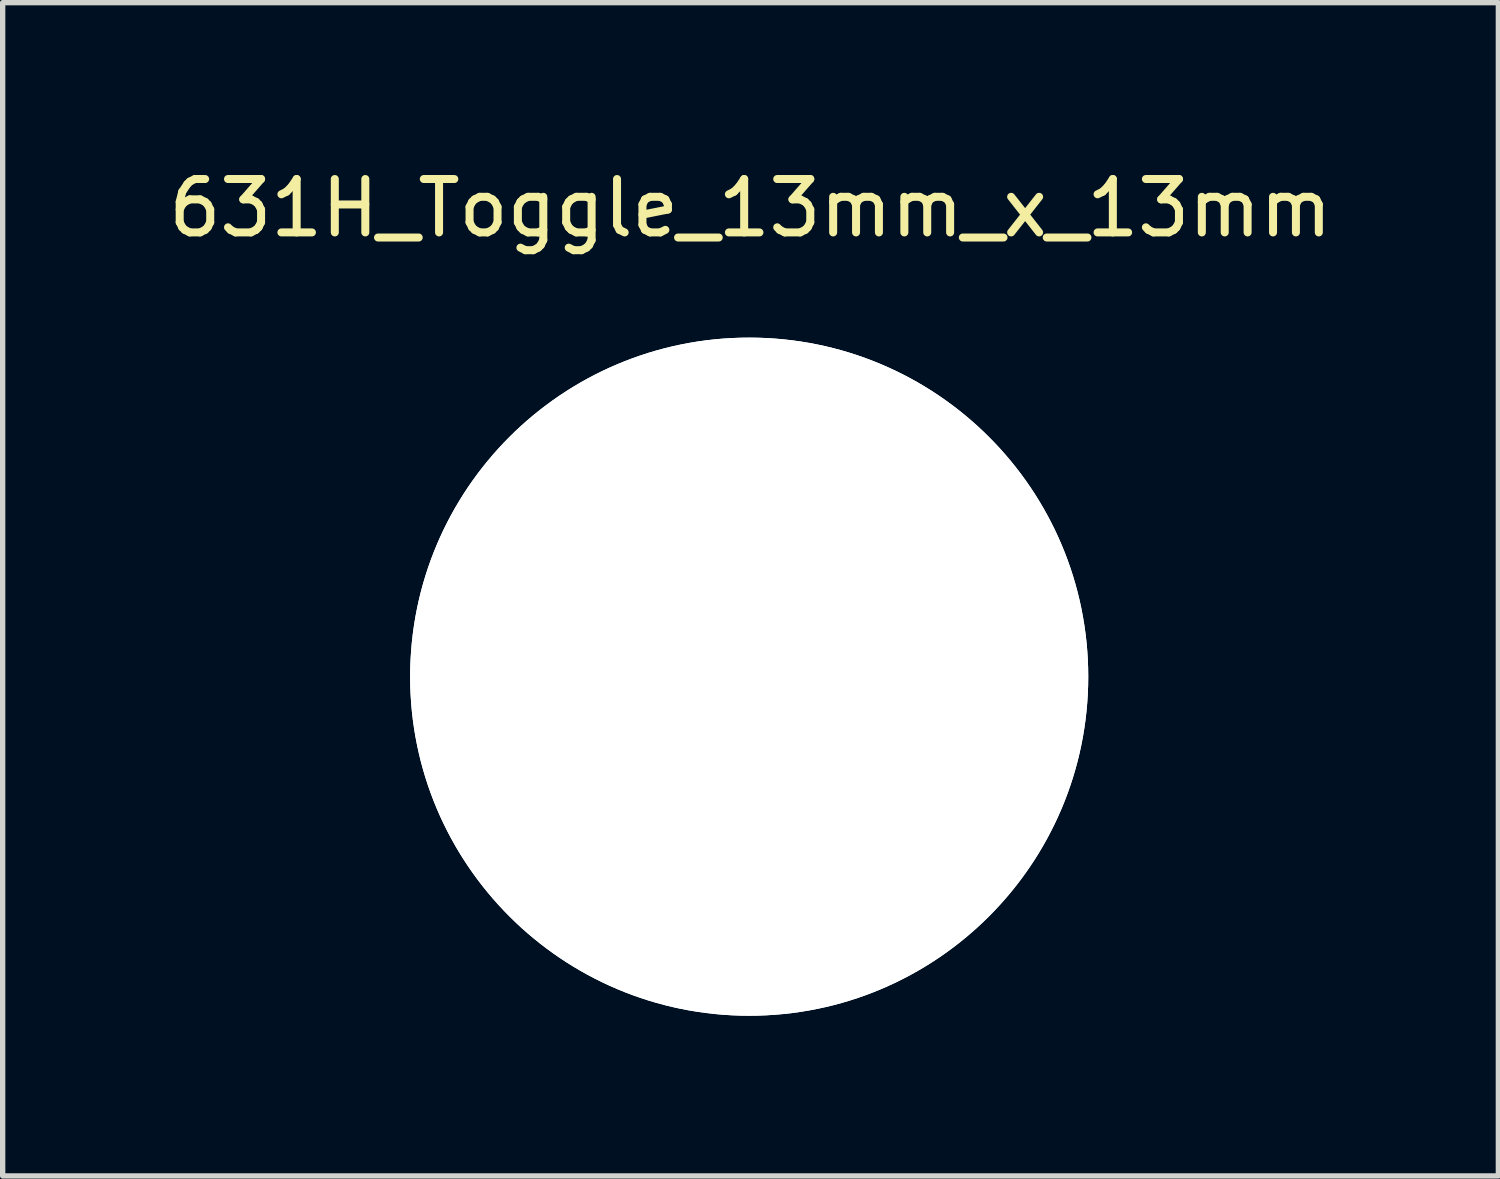
<source format=kicad_pcb>
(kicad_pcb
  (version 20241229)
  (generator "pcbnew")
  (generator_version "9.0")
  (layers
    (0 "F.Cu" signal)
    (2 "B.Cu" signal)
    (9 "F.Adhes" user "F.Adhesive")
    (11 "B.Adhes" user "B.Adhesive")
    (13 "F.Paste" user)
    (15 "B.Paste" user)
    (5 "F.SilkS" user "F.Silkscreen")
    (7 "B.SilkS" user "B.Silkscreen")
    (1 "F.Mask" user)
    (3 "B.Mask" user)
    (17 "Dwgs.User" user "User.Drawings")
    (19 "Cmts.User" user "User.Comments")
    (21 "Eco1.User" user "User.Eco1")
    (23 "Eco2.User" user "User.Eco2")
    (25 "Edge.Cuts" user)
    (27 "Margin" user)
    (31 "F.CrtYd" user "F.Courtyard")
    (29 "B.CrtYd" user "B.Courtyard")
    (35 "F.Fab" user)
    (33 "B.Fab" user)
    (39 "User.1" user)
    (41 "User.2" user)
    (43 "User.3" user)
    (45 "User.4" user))
  (footprint "631H_Toggle_13mm_x_13mm"
    (layer "F.Cu")
    (at 10.981 9.623)
    (property "Reference" "631H_Toggle_13mm_x_13mm" (at 0.025 -8.775 0) (layer "F.SilkS") (effects (font (size 1 1) (thickness 0.15))))
    (attr through_hole)
    (pad "" np_thru_hole circle (at 0 0) (size 12.7 12.7) (drill 12.7) (layers "*.Mask" "F.Cu"))
    (pad "" np_thru_hole circle (at 0 0) (size 12.7 12.7) (drill 12.7) (layers "B.Cu")))
  (gr_rect
    (start -3 -3)
    (end 25.012 18.973)
    (stroke (width 0.1) (type default))
    (fill no)
    (layer "Edge.Cuts")))
</source>
